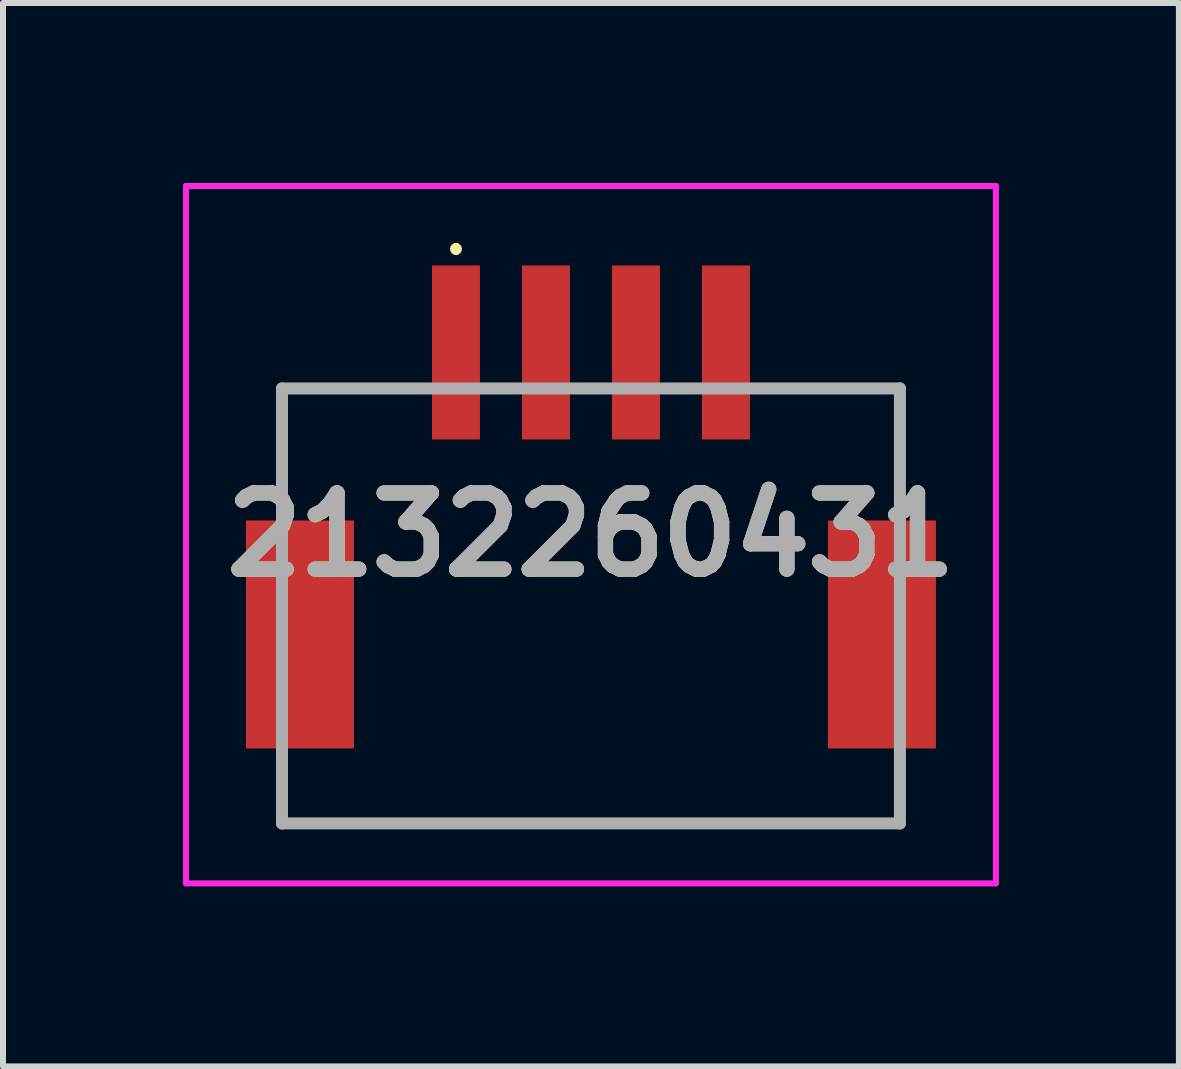
<source format=kicad_pcb>
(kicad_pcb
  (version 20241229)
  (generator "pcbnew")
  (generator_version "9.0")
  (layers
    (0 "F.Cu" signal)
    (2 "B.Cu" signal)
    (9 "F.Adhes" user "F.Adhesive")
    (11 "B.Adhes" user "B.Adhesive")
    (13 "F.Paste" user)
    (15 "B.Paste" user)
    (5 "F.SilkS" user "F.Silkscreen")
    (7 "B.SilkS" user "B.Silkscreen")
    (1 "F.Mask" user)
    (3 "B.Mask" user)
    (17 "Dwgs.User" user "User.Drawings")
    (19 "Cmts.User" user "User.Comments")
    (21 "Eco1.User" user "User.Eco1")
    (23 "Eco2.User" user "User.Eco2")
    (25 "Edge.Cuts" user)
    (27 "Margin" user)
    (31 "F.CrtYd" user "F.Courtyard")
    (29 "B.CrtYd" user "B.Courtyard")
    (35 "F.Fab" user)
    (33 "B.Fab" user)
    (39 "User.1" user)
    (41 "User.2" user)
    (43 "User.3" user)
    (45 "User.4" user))
  (footprint "2132260431"
    (layer "F.Cu")
    (at 6.8 6.75)
    (property "Reference" "2132260431" (at 0 -0.888 0) (layer "F.SilkS") (effects (font (size 1.27 1.27) (thickness 0.254))))
    (attr smd)
    (fp_line (start -5.15 -3.325) (end -5.15 -1.4) (stroke (width 0.1) (type solid)) (layer "F.SilkS"))
    (fp_line (start -5.15 3) (end -5.15 3.925) (stroke (width 0.1) (type solid)) (layer "F.SilkS"))
    (fp_line (start -5.15 3.925) (end 5.15 3.925) (stroke (width 0.1) (type solid)) (layer "F.SilkS"))
    (fp_line (start -3.2 -3.325) (end -5.15 -3.325) (stroke (width 0.1) (type solid)) (layer "F.SilkS"))
    (fp_line (start -2.25 -5.7) (end -2.25 -5.7) (stroke (width 0.1) (type solid)) (layer "F.SilkS"))
    (fp_line (start -2.25 -5.6) (end -2.25 -5.6) (stroke (width 0.1) (type solid)) (layer "F.SilkS"))
    (fp_line (start 3.2 -3.325) (end 5.15 -3.325) (stroke (width 0.1) (type solid)) (layer "F.SilkS"))
    (fp_line (start 5.15 -3.325) (end 5.15 -1.4) (stroke (width 0.1) (type solid)) (layer "F.SilkS"))
    (fp_line (start 5.15 3.925) (end 5.15 3) (stroke (width 0.1) (type solid)) (layer "F.SilkS"))
    (fp_arc (start -2.25 -5.7) (mid -2.2 -5.65) (end -2.25 -5.6) (stroke (width 0.1) (type solid)) (layer "F.SilkS"))
    (fp_arc (start -2.25 -5.6) (mid -2.3 -5.65) (end -2.25 -5.7) (stroke (width 0.1) (type solid)) (layer "F.SilkS"))
    (fp_line (start -6.75 -6.7) (end 6.75 -6.7) (stroke (width 0.1) (type solid)) (layer "F.CrtYd"))
    (fp_line (start -6.75 4.925) (end -6.75 -6.7) (stroke (width 0.1) (type solid)) (layer "F.CrtYd"))
    (fp_line (start 6.75 -6.7) (end 6.75 4.925) (stroke (width 0.1) (type solid)) (layer "F.CrtYd"))
    (fp_line (start 6.75 4.925) (end -6.75 4.925) (stroke (width 0.1) (type solid)) (layer "F.CrtYd"))
    (fp_line (start -5.15 -3.325) (end 5.15 -3.325) (stroke (width 0.2) (type solid)) (layer "F.Fab"))
    (fp_line (start -5.15 3.925) (end -5.15 -3.325) (stroke (width 0.2) (type solid)) (layer "F.Fab"))
    (fp_line (start 5.15 -3.325) (end 5.15 3.925) (stroke (width 0.2) (type solid)) (layer "F.Fab"))
    (fp_line (start 5.15 3.925) (end -5.15 3.925) (stroke (width 0.2) (type solid)) (layer "F.Fab"))
    (fp_text user "${REFERENCE}" (at 0 -0.888 0) (layer "F.Fab") (effects (font (size 1.27 1.27) (thickness 0.254))))
    (pad "1" smd rect (at -2.25 -3.925) (size 0.8 2.9) (layers "F.Cu" "F.Mask" "F.Paste"))
    (pad "2" smd rect (at -0.75 -3.925) (size 0.8 2.9) (layers "F.Cu" "F.Mask" "F.Paste"))
    (pad "3" smd rect (at 0.75 -3.925) (size 0.8 2.9) (layers "F.Cu" "F.Mask" "F.Paste"))
    (pad "4" smd rect (at 2.25 -3.925) (size 0.8 2.9) (layers "F.Cu" "F.Mask" "F.Paste"))
    (pad "MP1" smd rect (at -4.85 0.775) (size 1.8 3.8) (layers "F.Cu" "F.Mask" "F.Paste"))
    (pad "MP2" smd rect (at 4.85 0.775) (size 1.8 3.8) (layers "F.Cu" "F.Mask" "F.Paste")))
  (gr_rect
    (start -3 -3)
    (end 16.6 14.725)
    (stroke (width 0.1) (type default))
    (fill no)
    (layer "Edge.Cuts")))
</source>
